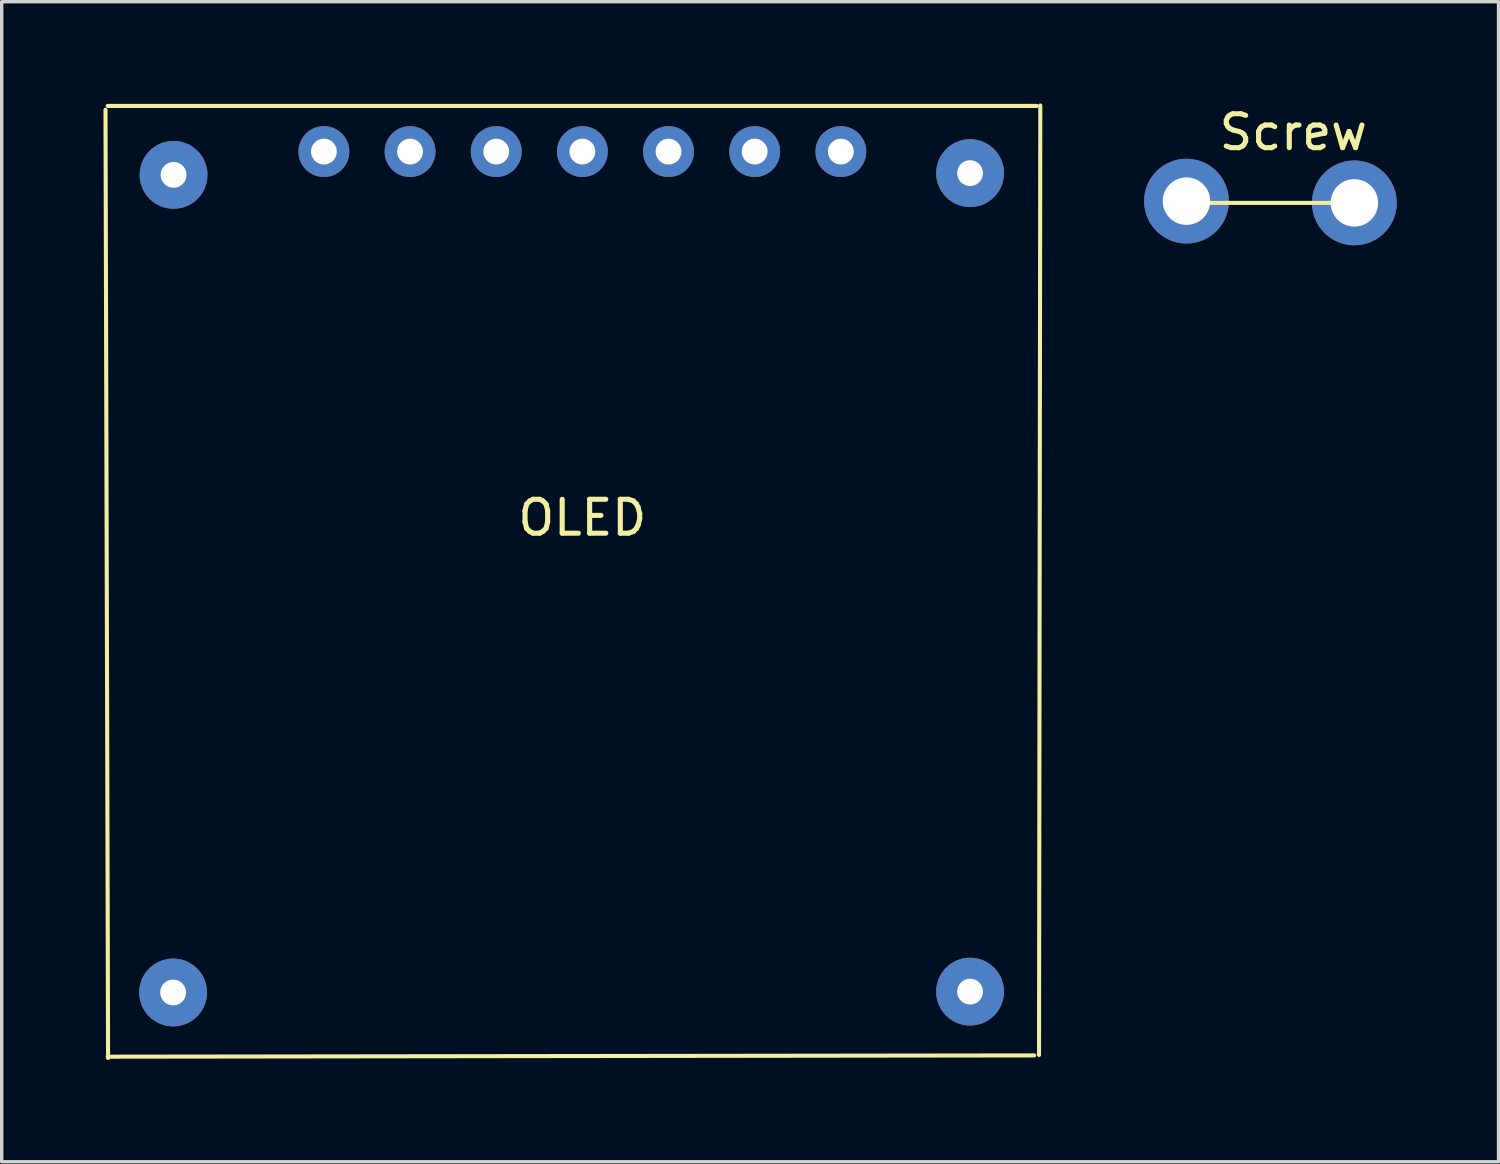
<source format=kicad_pcb>
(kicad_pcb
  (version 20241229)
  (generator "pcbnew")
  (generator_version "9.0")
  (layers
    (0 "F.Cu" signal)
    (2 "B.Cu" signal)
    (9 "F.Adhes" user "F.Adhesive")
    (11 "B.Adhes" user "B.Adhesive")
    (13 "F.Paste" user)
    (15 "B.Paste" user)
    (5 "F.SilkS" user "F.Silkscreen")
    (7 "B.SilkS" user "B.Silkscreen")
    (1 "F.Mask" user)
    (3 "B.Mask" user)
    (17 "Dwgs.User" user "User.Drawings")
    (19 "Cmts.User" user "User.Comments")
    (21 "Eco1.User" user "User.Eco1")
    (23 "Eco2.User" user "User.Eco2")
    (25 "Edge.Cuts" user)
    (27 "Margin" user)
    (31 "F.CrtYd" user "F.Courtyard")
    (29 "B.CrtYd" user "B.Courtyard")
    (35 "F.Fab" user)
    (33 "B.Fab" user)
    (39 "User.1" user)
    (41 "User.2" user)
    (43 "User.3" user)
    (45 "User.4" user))
  (footprint "Screw"
    (layer "F.Cu")
    (at 31.878 2.931)
    (property "Reference" "Screw" (at 3.2 -2.083 0) (layer "F.SilkS") (effects (font (size 1 1) (thickness 0.15))))
    (attr through_hole)
    (fp_line (start 0 0) (end 5 0) (stroke (width 0.12) (type solid)) (layer "F.SilkS"))
    (pad "1" thru_hole circle (at 0.051 -0.051) (size 2.5 2.5) (drill 1.4) (layers "*.Cu" "*.Mask"))
    (pad "2" thru_hole circle (at 5 0) (size 2.5 2.5) (drill 1.4) (layers "*.Cu" "*.Mask")))
  (footprint "OLED"
    (layer "F.Cu")
    (at 14.119 14.119)
    (property "Reference" "OLED" (at 0 -1.905 0) (layer "F.SilkS") (effects (font (size 1 1) (thickness 0.15))))
    (attr through_hole)
    (fp_line (start -14.059 -13.932) (end -13.983 14.021) (stroke (width 0.12) (type solid)) (layer "F.SilkS"))
    (fp_line (start -13.995 -14.046) (end 13.399 -14.046) (stroke (width 0.12) (type solid)) (layer "F.SilkS"))
    (fp_line (start -13.995 13.983) (end 13.322 13.945) (stroke (width 0.12) (type solid)) (layer "F.SilkS"))
    (fp_line (start 13.5 -14.059) (end 13.462 13.932) (stroke (width 0.12) (type solid)) (layer "F.SilkS"))
    (pad "" np_thru_hole circle (at -12.065 12.09) (size 2 2) (drill 0.762) (layers "*.Cu" "*.Mask"))
    (pad "" np_thru_hole circle (at -12.052 -12.014) (size 2 2) (drill 0.762) (layers "*.Cu" "*.Mask"))
    (pad "" np_thru_hole circle (at 11.43 -12.065) (size 2 2) (drill 0.762) (layers "*.Cu" "*.Mask"))
    (pad "" np_thru_hole circle (at 11.43 12.065) (size 2 2) (drill 0.762) (layers "*.Cu" "*.Mask"))
    (pad "1" thru_hole circle (at -7.62 -12.7) (size 1.5 1.5) (drill 0.762) (layers "*.Cu" "*.Mask"))
    (pad "2" thru_hole circle (at -5.08 -12.7) (size 1.5 1.5) (drill 0.762) (layers "*.Cu" "*.Mask"))
    (pad "3" thru_hole circle (at -2.54 -12.7) (size 1.5 1.5) (drill 0.762) (layers "*.Cu" "*.Mask"))
    (pad "4" thru_hole circle (at 0 -12.7) (size 1.5 1.5) (drill 0.762) (layers "*.Cu" "*.Mask"))
    (pad "5" thru_hole circle (at 2.54 -12.7) (size 1.5 1.5) (drill 0.762) (layers "*.Cu" "*.Mask"))
    (pad "6" thru_hole circle (at 5.08 -12.7) (size 1.5 1.5) (drill 0.762) (layers "*.Cu" "*.Mask"))
    (pad "7" thru_hole circle (at 7.62 -12.7) (size 1.5 1.5) (drill 0.762) (layers "*.Cu" "*.Mask")))
  (gr_rect
    (start -3 -3)
    (end 41.128 31.2)
    (stroke (width 0.1) (type default))
    (fill no)
    (layer "Edge.Cuts")))
</source>
